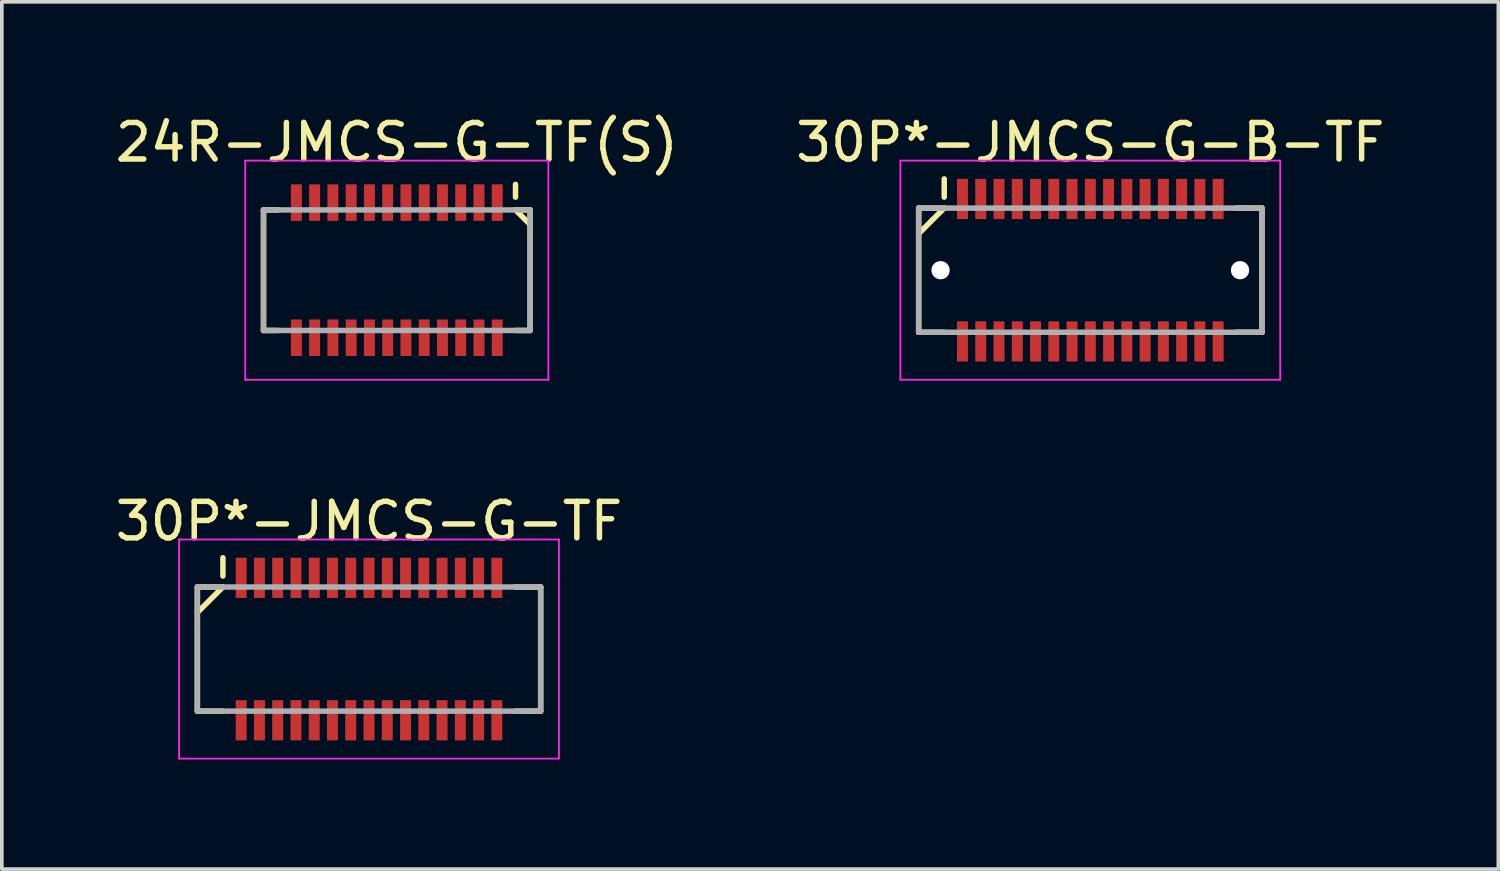
<source format=kicad_pcb>
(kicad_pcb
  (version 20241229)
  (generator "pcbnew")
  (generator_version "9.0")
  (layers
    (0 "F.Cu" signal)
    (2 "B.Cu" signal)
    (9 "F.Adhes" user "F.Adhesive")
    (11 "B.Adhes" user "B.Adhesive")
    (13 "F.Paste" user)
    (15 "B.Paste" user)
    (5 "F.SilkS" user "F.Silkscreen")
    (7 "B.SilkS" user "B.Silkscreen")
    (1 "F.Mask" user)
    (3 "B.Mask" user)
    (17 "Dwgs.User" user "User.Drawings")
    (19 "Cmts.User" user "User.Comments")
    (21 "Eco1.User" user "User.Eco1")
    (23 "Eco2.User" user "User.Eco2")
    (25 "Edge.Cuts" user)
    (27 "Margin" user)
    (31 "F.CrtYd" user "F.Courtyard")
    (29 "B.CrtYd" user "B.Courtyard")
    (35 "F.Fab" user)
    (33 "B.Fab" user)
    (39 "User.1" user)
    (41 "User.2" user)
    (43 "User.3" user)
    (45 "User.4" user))
  (footprint "24R-JMCS-G-TF(S)"
    (layer "F.Cu")
    (at 7.815 4.348)
    (property "Reference" "24R-JMCS-G-TF(S)" (at 0 -3.5 0) (layer "F.SilkS") (effects (font (size 1 1) (thickness 0.15))))
    (attr smd)
    (fp_line (start -3.65 -1.65) (end -3.65 1.65) (stroke (width 0.15) (type solid)) (layer "F.SilkS"))
    (fp_line (start -3.65 -1.65) (end -3.25 -1.65) (stroke (width 0.15) (type solid)) (layer "F.SilkS"))
    (fp_line (start -3.65 1.65) (end -3.25 1.65) (stroke (width 0.15) (type solid)) (layer "F.SilkS"))
    (fp_line (start 3.25 -2.35) (end 3.25 -2) (stroke (width 0.15) (type solid)) (layer "F.SilkS"))
    (fp_line (start 3.25 -1.65) (end 3.65 -1.65) (stroke (width 0.15) (type solid)) (layer "F.SilkS"))
    (fp_line (start 3.25 -1.65) (end 3.65 -1.25) (stroke (width 0.15) (type solid)) (layer "F.SilkS"))
    (fp_line (start 3.25 1.65) (end 3.65 1.65) (stroke (width 0.15) (type solid)) (layer "F.SilkS"))
    (fp_line (start 3.65 -1.65) (end 3.65 1.65) (stroke (width 0.15) (type solid)) (layer "F.SilkS"))
    (fp_line (start -4.15 -3) (end -4.15 3) (stroke (width 0.05) (type solid)) (layer "F.CrtYd"))
    (fp_line (start -4.15 -3) (end 4.15 -3) (stroke (width 0.05) (type solid)) (layer "F.CrtYd"))
    (fp_line (start -4.15 3) (end 4.15 3) (stroke (width 0.05) (type solid)) (layer "F.CrtYd"))
    (fp_line (start 4.15 -3) (end 4.15 3) (stroke (width 0.05) (type solid)) (layer "F.CrtYd"))
    (fp_line (start -3.65 -1.65) (end -3.65 1.65) (stroke (width 0.15) (type solid)) (layer "F.Fab"))
    (fp_line (start -3.65 -1.65) (end 3.65 -1.65) (stroke (width 0.15) (type solid)) (layer "F.Fab"))
    (fp_line (start -3.65 1.65) (end 3.65 1.65) (stroke (width 0.15) (type solid)) (layer "F.Fab"))
    (fp_line (start 3.65 -1.65) (end 3.65 1.65) (stroke (width 0.15) (type solid)) (layer "F.Fab"))
    (pad "1" smd rect (at 2.75 -1.85) (size 0.3 1) (layers "F.Cu" "F.Mask" "F.Paste"))
    (pad "2" smd rect (at 2.75 1.85) (size 0.3 1) (layers "F.Cu" "F.Mask" "F.Paste"))
    (pad "3" smd rect (at 2.25 -1.85) (size 0.3 1) (layers "F.Cu" "F.Mask" "F.Paste"))
    (pad "4" smd rect (at 2.25 1.85) (size 0.3 1) (layers "F.Cu" "F.Mask" "F.Paste"))
    (pad "5" smd rect (at 1.75 -1.85) (size 0.3 1) (layers "F.Cu" "F.Mask" "F.Paste"))
    (pad "6" smd rect (at 1.75 1.85) (size 0.3 1) (layers "F.Cu" "F.Mask" "F.Paste"))
    (pad "7" smd rect (at 1.25 -1.85) (size 0.3 1) (layers "F.Cu" "F.Mask" "F.Paste"))
    (pad "8" smd rect (at 1.25 1.85) (size 0.3 1) (layers "F.Cu" "F.Mask" "F.Paste"))
    (pad "9" smd rect (at 0.75 -1.85) (size 0.3 1) (layers "F.Cu" "F.Mask" "F.Paste"))
    (pad "10" smd rect (at 0.75 1.85) (size 0.3 1) (layers "F.Cu" "F.Mask" "F.Paste"))
    (pad "11" smd rect (at 0.25 -1.85) (size 0.3 1) (layers "F.Cu" "F.Mask" "F.Paste"))
    (pad "12" smd rect (at 0.25 1.85) (size 0.3 1) (layers "F.Cu" "F.Mask" "F.Paste"))
    (pad "13" smd rect (at -0.25 -1.85) (size 0.3 1) (layers "F.Cu" "F.Mask" "F.Paste"))
    (pad "14" smd rect (at -0.25 1.85) (size 0.3 1) (layers "F.Cu" "F.Mask" "F.Paste"))
    (pad "15" smd rect (at -0.75 -1.85) (size 0.3 1) (layers "F.Cu" "F.Mask" "F.Paste"))
    (pad "16" smd rect (at -0.75 1.85) (size 0.3 1) (layers "F.Cu" "F.Mask" "F.Paste"))
    (pad "17" smd rect (at -1.25 -1.85) (size 0.3 1) (layers "F.Cu" "F.Mask" "F.Paste"))
    (pad "18" smd rect (at -1.25 1.85) (size 0.3 1) (layers "F.Cu" "F.Mask" "F.Paste"))
    (pad "19" smd rect (at -1.75 -1.85) (size 0.3 1) (layers "F.Cu" "F.Mask" "F.Paste"))
    (pad "20" smd rect (at -1.75 1.85) (size 0.3 1) (layers "F.Cu" "F.Mask" "F.Paste"))
    (pad "21" smd rect (at -2.25 -1.85) (size 0.3 1) (layers "F.Cu" "F.Mask" "F.Paste"))
    (pad "22" smd rect (at -2.25 1.85) (size 0.3 1) (layers "F.Cu" "F.Mask" "F.Paste"))
    (pad "23" smd rect (at -2.75 -1.85) (size 0.3 1) (layers "F.Cu" "F.Mask" "F.Paste"))
    (pad "24" smd rect (at -2.75 1.85) (size 0.3 1) (layers "F.Cu" "F.Mask" "F.Paste")))
  (footprint "30P*-JMCS-G-B-TF"
    (layer "F.Cu")
    (at 26.804 4.348)
    (property "Reference" "30P*-JMCS-G-B-TF" (at 0 -3.5 0) (layer "F.SilkS") (effects (font (size 1 1) (thickness 0.15))))
    (attr smd)
    (fp_line (start -4.7 -1.7) (end -4.7 1.7) (stroke (width 0.15) (type solid)) (layer "F.SilkS"))
    (fp_line (start -4.7 -1.7) (end -4 -1.7) (stroke (width 0.15) (type solid)) (layer "F.SilkS"))
    (fp_line (start -4.7 1.7) (end -4 1.7) (stroke (width 0.15) (type solid)) (layer "F.SilkS"))
    (fp_line (start -4 -2.5) (end -4 -2) (stroke (width 0.15) (type solid)) (layer "F.SilkS"))
    (fp_line (start -4 -1.7) (end -4.7 -1) (stroke (width 0.15) (type solid)) (layer "F.SilkS"))
    (fp_line (start 4 -1.7) (end 4.7 -1.7) (stroke (width 0.15) (type solid)) (layer "F.SilkS"))
    (fp_line (start 4 1.7) (end 4.7 1.7) (stroke (width 0.15) (type solid)) (layer "F.SilkS"))
    (fp_line (start 4.7 -1.7) (end 4.7 1.7) (stroke (width 0.15) (type solid)) (layer "F.SilkS"))
    (fp_line (start -5.2 -3) (end -5.2 3) (stroke (width 0.05) (type solid)) (layer "F.CrtYd"))
    (fp_line (start -5.2 -3) (end 5.2 -3) (stroke (width 0.05) (type solid)) (layer "F.CrtYd"))
    (fp_line (start -5.2 3) (end 5.2 3) (stroke (width 0.05) (type solid)) (layer "F.CrtYd"))
    (fp_line (start 5.2 -3) (end 5.2 3) (stroke (width 0.05) (type solid)) (layer "F.CrtYd"))
    (fp_line (start -4.7 -1.7) (end -4.7 1.7) (stroke (width 0.15) (type solid)) (layer "F.Fab"))
    (fp_line (start -4.7 -1.7) (end 4.7 -1.7) (stroke (width 0.15) (type solid)) (layer "F.Fab"))
    (fp_line (start -4.7 1.7) (end 4.7 1.7) (stroke (width 0.15) (type solid)) (layer "F.Fab"))
    (fp_line (start 4.7 -1.7) (end 4.7 1.7) (stroke (width 0.15) (type solid)) (layer "F.Fab"))
    (pad "" np_thru_hole circle (at -4.1 0) (size 0.5 0.5) (drill 0.5) (layers "*.Cu" "*.Mask"))
    (pad "" np_thru_hole circle (at 4.1 0) (size 0.5 0.5) (drill 0.5) (layers "*.Cu" "*.Mask"))
    (pad "1" smd rect (at -3.5 -1.95) (size 0.3 1.1) (layers "F.Cu" "F.Mask" "F.Paste"))
    (pad "2" smd rect (at -3.5 1.95) (size 0.3 1.1) (layers "F.Cu" "F.Mask" "F.Paste"))
    (pad "3" smd rect (at -3 -1.95) (size 0.3 1.1) (layers "F.Cu" "F.Mask" "F.Paste"))
    (pad "4" smd rect (at -3 1.95) (size 0.3 1.1) (layers "F.Cu" "F.Mask" "F.Paste"))
    (pad "5" smd rect (at -2.5 -1.95) (size 0.3 1.1) (layers "F.Cu" "F.Mask" "F.Paste"))
    (pad "6" smd rect (at -2.5 1.95) (size 0.3 1.1) (layers "F.Cu" "F.Mask" "F.Paste"))
    (pad "7" smd rect (at -2 -1.95) (size 0.3 1.1) (layers "F.Cu" "F.Mask" "F.Paste"))
    (pad "8" smd rect (at -2 1.95) (size 0.3 1.1) (layers "F.Cu" "F.Mask" "F.Paste"))
    (pad "9" smd rect (at -1.5 -1.95) (size 0.3 1.1) (layers "F.Cu" "F.Mask" "F.Paste"))
    (pad "10" smd rect (at -1.5 1.95) (size 0.3 1.1) (layers "F.Cu" "F.Mask" "F.Paste"))
    (pad "11" smd rect (at -1 -1.95) (size 0.3 1.1) (layers "F.Cu" "F.Mask" "F.Paste"))
    (pad "12" smd rect (at -1 1.95) (size 0.3 1.1) (layers "F.Cu" "F.Mask" "F.Paste"))
    (pad "13" smd rect (at -0.5 -1.95) (size 0.3 1.1) (layers "F.Cu" "F.Mask" "F.Paste"))
    (pad "14" smd rect (at -0.5 1.95) (size 0.3 1.1) (layers "F.Cu" "F.Mask" "F.Paste"))
    (pad "15" smd rect (at 0 -1.95) (size 0.3 1.1) (layers "F.Cu" "F.Mask" "F.Paste"))
    (pad "16" smd rect (at 0 1.95) (size 0.3 1.1) (layers "F.Cu" "F.Mask" "F.Paste"))
    (pad "17" smd rect (at 0.5 -1.95) (size 0.3 1.1) (layers "F.Cu" "F.Mask" "F.Paste"))
    (pad "18" smd rect (at 0.5 1.95) (size 0.3 1.1) (layers "F.Cu" "F.Mask" "F.Paste"))
    (pad "19" smd rect (at 1 -1.95) (size 0.3 1.1) (layers "F.Cu" "F.Mask" "F.Paste"))
    (pad "20" smd rect (at 1 1.95) (size 0.3 1.1) (layers "F.Cu" "F.Mask" "F.Paste"))
    (pad "21" smd rect (at 1.5 -1.95) (size 0.3 1.1) (layers "F.Cu" "F.Mask" "F.Paste"))
    (pad "22" smd rect (at 1.5 1.95) (size 0.3 1.1) (layers "F.Cu" "F.Mask" "F.Paste"))
    (pad "23" smd rect (at 2 -1.95) (size 0.3 1.1) (layers "F.Cu" "F.Mask" "F.Paste"))
    (pad "24" smd rect (at 2 1.95) (size 0.3 1.1) (layers "F.Cu" "F.Mask" "F.Paste"))
    (pad "25" smd rect (at 2.5 -1.95) (size 0.3 1.1) (layers "F.Cu" "F.Mask" "F.Paste"))
    (pad "26" smd rect (at 2.5 1.95) (size 0.3 1.1) (layers "F.Cu" "F.Mask" "F.Paste"))
    (pad "27" smd rect (at 3 -1.95) (size 0.3 1.1) (layers "F.Cu" "F.Mask" "F.Paste"))
    (pad "28" smd rect (at 3 1.95) (size 0.3 1.1) (layers "F.Cu" "F.Mask" "F.Paste"))
    (pad "29" smd rect (at 3.5 -1.95) (size 0.3 1.1) (layers "F.Cu" "F.Mask" "F.Paste"))
    (pad "30" smd rect (at 3.5 1.95) (size 0.3 1.1) (layers "F.Cu" "F.Mask" "F.Paste")))
  (footprint "30P*-JMCS-G-TF"
    (layer "F.Cu")
    (at 7.054 14.722)
    (property "Reference" "30P*-JMCS-G-TF" (at 0 -3.5 0) (layer "F.SilkS") (effects (font (size 1 1) (thickness 0.15))))
    (attr smd)
    (fp_line (start -4.7 -1.7) (end -4.7 1.7) (stroke (width 0.15) (type solid)) (layer "F.SilkS"))
    (fp_line (start -4.7 -1.7) (end -4 -1.7) (stroke (width 0.15) (type solid)) (layer "F.SilkS"))
    (fp_line (start -4.7 1.7) (end -4 1.7) (stroke (width 0.15) (type solid)) (layer "F.SilkS"))
    (fp_line (start -4 -2.5) (end -4 -2) (stroke (width 0.15) (type solid)) (layer "F.SilkS"))
    (fp_line (start -4 -1.7) (end -4.7 -1) (stroke (width 0.15) (type solid)) (layer "F.SilkS"))
    (fp_line (start 4 -1.7) (end 4.7 -1.7) (stroke (width 0.15) (type solid)) (layer "F.SilkS"))
    (fp_line (start 4 1.7) (end 4.7 1.7) (stroke (width 0.15) (type solid)) (layer "F.SilkS"))
    (fp_line (start 4.7 -1.7) (end 4.7 1.7) (stroke (width 0.15) (type solid)) (layer "F.SilkS"))
    (fp_line (start -5.2 -3) (end -5.2 3) (stroke (width 0.05) (type solid)) (layer "F.CrtYd"))
    (fp_line (start -5.2 -3) (end 5.2 -3) (stroke (width 0.05) (type solid)) (layer "F.CrtYd"))
    (fp_line (start -5.2 3) (end 5.2 3) (stroke (width 0.05) (type solid)) (layer "F.CrtYd"))
    (fp_line (start 5.2 -3) (end 5.2 3) (stroke (width 0.05) (type solid)) (layer "F.CrtYd"))
    (fp_line (start -4.7 -1.7) (end -4.7 1.7) (stroke (width 0.15) (type solid)) (layer "F.Fab"))
    (fp_line (start -4.7 -1.7) (end 4.7 -1.7) (stroke (width 0.15) (type solid)) (layer "F.Fab"))
    (fp_line (start -4.7 1.7) (end 4.7 1.7) (stroke (width 0.15) (type solid)) (layer "F.Fab"))
    (fp_line (start 4.7 -1.7) (end 4.7 1.7) (stroke (width 0.15) (type solid)) (layer "F.Fab"))
    (pad "1" smd rect (at -3.5 -1.95) (size 0.3 1.1) (layers "F.Cu" "F.Mask" "F.Paste"))
    (pad "2" smd rect (at -3.5 1.95) (size 0.3 1.1) (layers "F.Cu" "F.Mask" "F.Paste"))
    (pad "3" smd rect (at -3 -1.95) (size 0.3 1.1) (layers "F.Cu" "F.Mask" "F.Paste"))
    (pad "4" smd rect (at -3 1.95) (size 0.3 1.1) (layers "F.Cu" "F.Mask" "F.Paste"))
    (pad "5" smd rect (at -2.5 -1.95) (size 0.3 1.1) (layers "F.Cu" "F.Mask" "F.Paste"))
    (pad "6" smd rect (at -2.5 1.95) (size 0.3 1.1) (layers "F.Cu" "F.Mask" "F.Paste"))
    (pad "7" smd rect (at -2 -1.95) (size 0.3 1.1) (layers "F.Cu" "F.Mask" "F.Paste"))
    (pad "8" smd rect (at -2 1.95) (size 0.3 1.1) (layers "F.Cu" "F.Mask" "F.Paste"))
    (pad "9" smd rect (at -1.5 -1.95) (size 0.3 1.1) (layers "F.Cu" "F.Mask" "F.Paste"))
    (pad "10" smd rect (at -1.5 1.95) (size 0.3 1.1) (layers "F.Cu" "F.Mask" "F.Paste"))
    (pad "11" smd rect (at -1 -1.95) (size 0.3 1.1) (layers "F.Cu" "F.Mask" "F.Paste"))
    (pad "12" smd rect (at -1 1.95) (size 0.3 1.1) (layers "F.Cu" "F.Mask" "F.Paste"))
    (pad "13" smd rect (at -0.5 -1.95) (size 0.3 1.1) (layers "F.Cu" "F.Mask" "F.Paste"))
    (pad "14" smd rect (at -0.5 1.95) (size 0.3 1.1) (layers "F.Cu" "F.Mask" "F.Paste"))
    (pad "15" smd rect (at 0 -1.95) (size 0.3 1.1) (layers "F.Cu" "F.Mask" "F.Paste"))
    (pad "16" smd rect (at 0 1.95) (size 0.3 1.1) (layers "F.Cu" "F.Mask" "F.Paste"))
    (pad "17" smd rect (at 0.5 -1.95) (size 0.3 1.1) (layers "F.Cu" "F.Mask" "F.Paste"))
    (pad "18" smd rect (at 0.5 1.95) (size 0.3 1.1) (layers "F.Cu" "F.Mask" "F.Paste"))
    (pad "19" smd rect (at 1 -1.95) (size 0.3 1.1) (layers "F.Cu" "F.Mask" "F.Paste"))
    (pad "20" smd rect (at 1 1.95) (size 0.3 1.1) (layers "F.Cu" "F.Mask" "F.Paste"))
    (pad "21" smd rect (at 1.5 -1.95) (size 0.3 1.1) (layers "F.Cu" "F.Mask" "F.Paste"))
    (pad "22" smd rect (at 1.5 1.95) (size 0.3 1.1) (layers "F.Cu" "F.Mask" "F.Paste"))
    (pad "23" smd rect (at 2 -1.95) (size 0.3 1.1) (layers "F.Cu" "F.Mask" "F.Paste"))
    (pad "24" smd rect (at 2 1.95) (size 0.3 1.1) (layers "F.Cu" "F.Mask" "F.Paste"))
    (pad "25" smd rect (at 2.5 -1.95) (size 0.3 1.1) (layers "F.Cu" "F.Mask" "F.Paste"))
    (pad "26" smd rect (at 2.5 1.95) (size 0.3 1.1) (layers "F.Cu" "F.Mask" "F.Paste"))
    (pad "27" smd rect (at 3 -1.95) (size 0.3 1.1) (layers "F.Cu" "F.Mask" "F.Paste"))
    (pad "28" smd rect (at 3 1.95) (size 0.3 1.1) (layers "F.Cu" "F.Mask" "F.Paste"))
    (pad "29" smd rect (at 3.5 -1.95) (size 0.3 1.1) (layers "F.Cu" "F.Mask" "F.Paste"))
    (pad "30" smd rect (at 3.5 1.95) (size 0.3 1.1) (layers "F.Cu" "F.Mask" "F.Paste")))
  (gr_rect
    (start -3 -3)
    (end 37.976 20.747)
    (stroke (width 0.1) (type default))
    (fill no)
    (layer "Edge.Cuts")))
</source>
